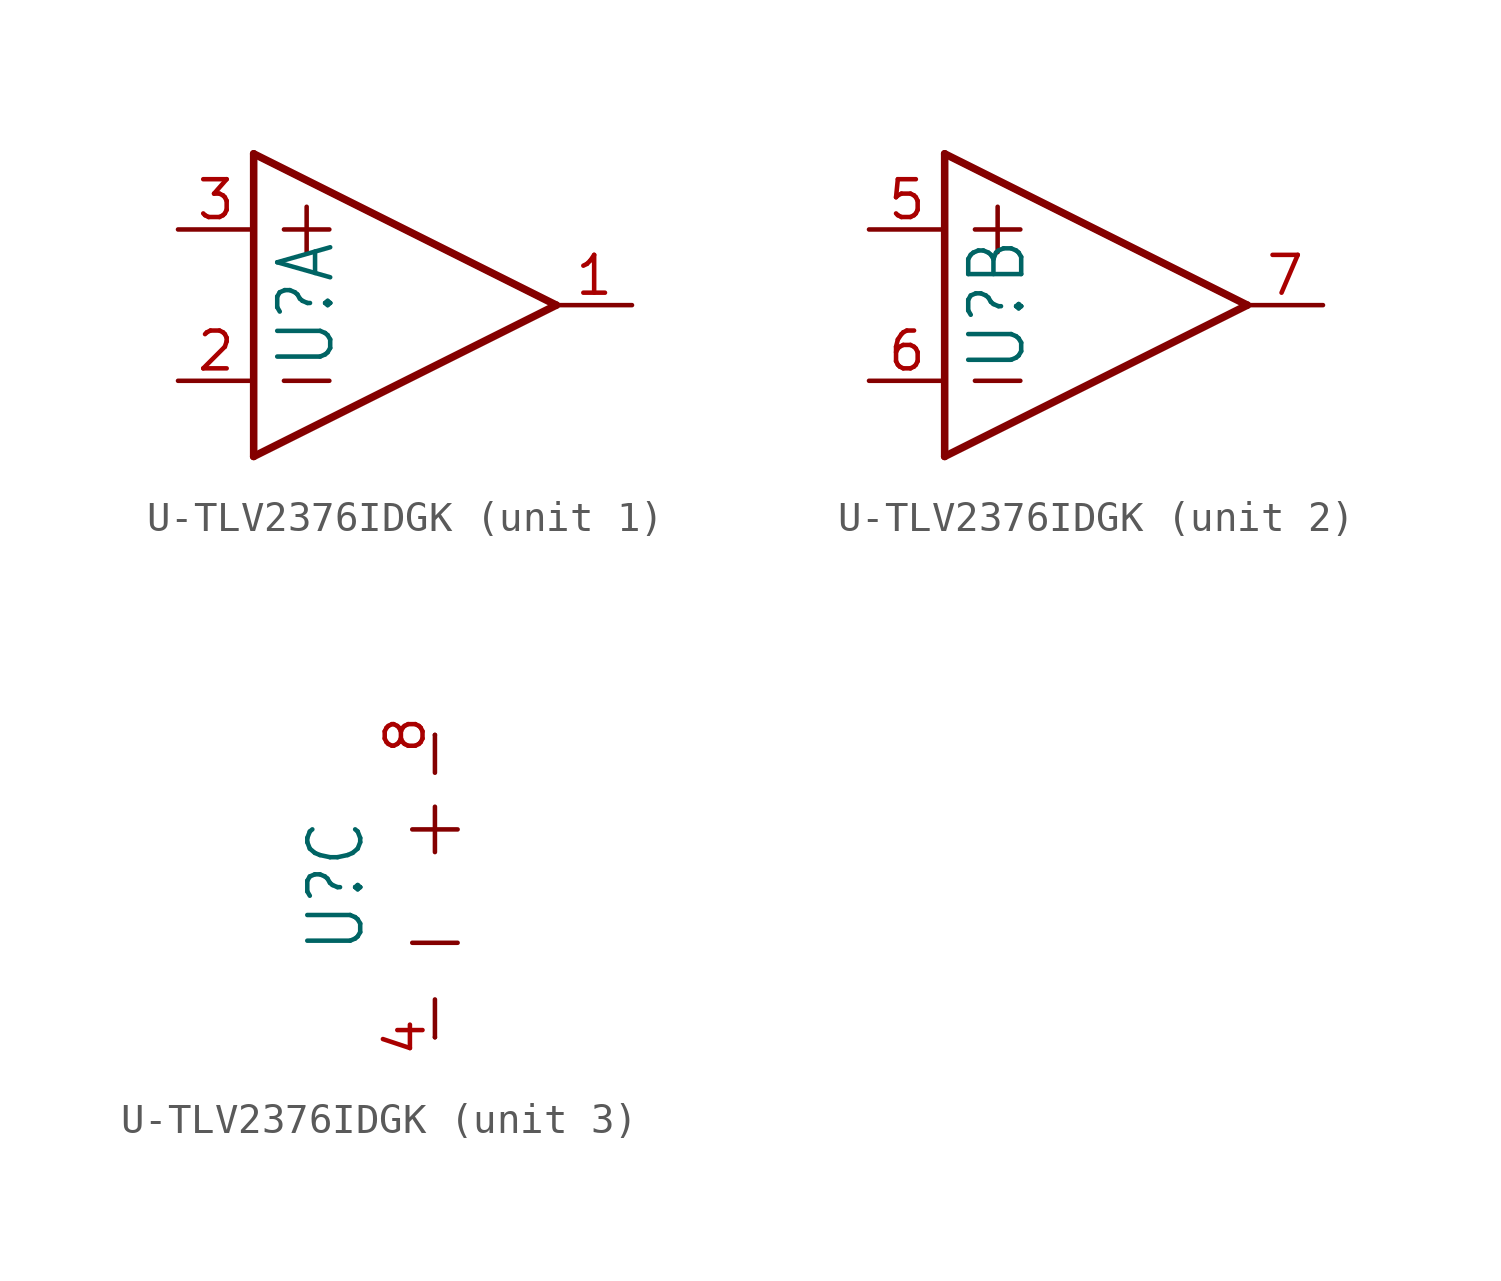
<source format=kicad_sym>
(kicad_symbol_lib
  (version 20231120)
  (generator "kicad_symbol_editor")
  (generator_version "8.0")
  (symbol "U-TLV2376IDGK"
    (property "Reference" "U"
      (at -2.286 0 90)
      (effects (font (size 1.778 1.511)) (justify bottom)))
    (property "ki_locked" ""
      (at 0 0 0)
      (effects (font (size 1.27 1.27))))
    (symbol "U-TLV2376IDGK_1_0"
      (polyline (pts (xy -5.08 -5.08) (xy 5.08 0)) (stroke (width 0.254) (type solid)) (fill (type none)))
      (polyline (pts (xy -5.08 5.08) (xy -5.08 -5.08)) (stroke (width 0.254) (type solid)) (fill (type none)))
      (polyline (pts (xy -4.064 -2.54) (xy -2.54 -2.54)) (stroke (width 0.152) (type solid)) (fill (type none)))
      (polyline (pts (xy -4.064 2.54) (xy -2.54 2.54)) (stroke (width 0.152) (type solid)) (fill (type none)))
      (polyline (pts (xy -3.302 3.302) (xy -3.302 1.778)) (stroke (width 0.152) (type solid)) (fill (type none)))
      (polyline (pts (xy 5.08 0) (xy -5.08 5.08)) (stroke (width 0.254) (type solid)) (fill (type none)))
      (pin passive line (at 7.62 0 180) (length 2.54) (name "OUT" (effects (font (size 0 0)))) (number "1" (effects (font (size 1.27 1.27)))))
      (pin passive line (at -7.62 -2.54 0) (length 2.54) (name "IN-" (effects (font (size 0 0)))) (number "2" (effects (font (size 1.27 1.27)))))
      (pin passive line (at -7.62 2.54 0) (length 2.54) (name "IN+" (effects (font (size 0 0)))) (number "3" (effects (font (size 1.27 1.27))))))
    (symbol "U-TLV2376IDGK_2_0"
      (polyline (pts (xy -5.08 -5.08) (xy 5.08 0)) (stroke (width 0.254) (type solid)) (fill (type none)))
      (polyline (pts (xy -5.08 5.08) (xy -5.08 -5.08)) (stroke (width 0.254) (type solid)) (fill (type none)))
      (polyline (pts (xy -4.064 -2.54) (xy -2.54 -2.54)) (stroke (width 0.152) (type solid)) (fill (type none)))
      (polyline (pts (xy -4.064 2.54) (xy -2.54 2.54)) (stroke (width 0.152) (type solid)) (fill (type none)))
      (polyline (pts (xy -3.302 3.302) (xy -3.302 1.778)) (stroke (width 0.152) (type solid)) (fill (type none)))
      (polyline (pts (xy 5.08 0) (xy -5.08 5.08)) (stroke (width 0.254) (type solid)) (fill (type none)))
      (pin passive line (at -7.62 2.54 0) (length 2.54) (name "IN+" (effects (font (size 0 0)))) (number "5" (effects (font (size 1.27 1.27)))))
      (pin passive line (at -7.62 -2.54 0) (length 2.54) (name "IN-" (effects (font (size 0 0)))) (number "6" (effects (font (size 1.27 1.27)))))
      (pin passive line (at 7.62 0 180) (length 2.54) (name "OUT" (effects (font (size 0 0)))) (number "7" (effects (font (size 1.27 1.27))))))
    (symbol "U-TLV2376IDGK_3_0"
      (polyline (pts (xy -0.762 -1.905) (xy 0.762 -1.905)) (stroke (width 0.152) (type solid)) (fill (type none)))
      (polyline (pts (xy -0.762 1.905) (xy 0.762 1.905)) (stroke (width 0.152) (type solid)) (fill (type none)))
      (polyline (pts (xy 0 -5.08) (xy 0 -3.81)) (stroke (width 0.152) (type solid)) (fill (type none)))
      (polyline (pts (xy 0 2.667) (xy 0 1.143)) (stroke (width 0.152) (type solid)) (fill (type none)))
      (polyline (pts (xy 0 5.08) (xy 0 3.81)) (stroke (width 0.152) (type solid)) (fill (type none)))
      (pin passive line (at 0 -5.08 90) (length 0) (name "V-" (effects (font (size 0 0)))) (number "4" (effects (font (size 1.27 1.27)))))
      (pin passive line (at 0 5.08 270) (length 0) (name "V+" (effects (font (size 0 0)))) (number "8" (effects (font (size 1.27 1.27))))))))
</source>
